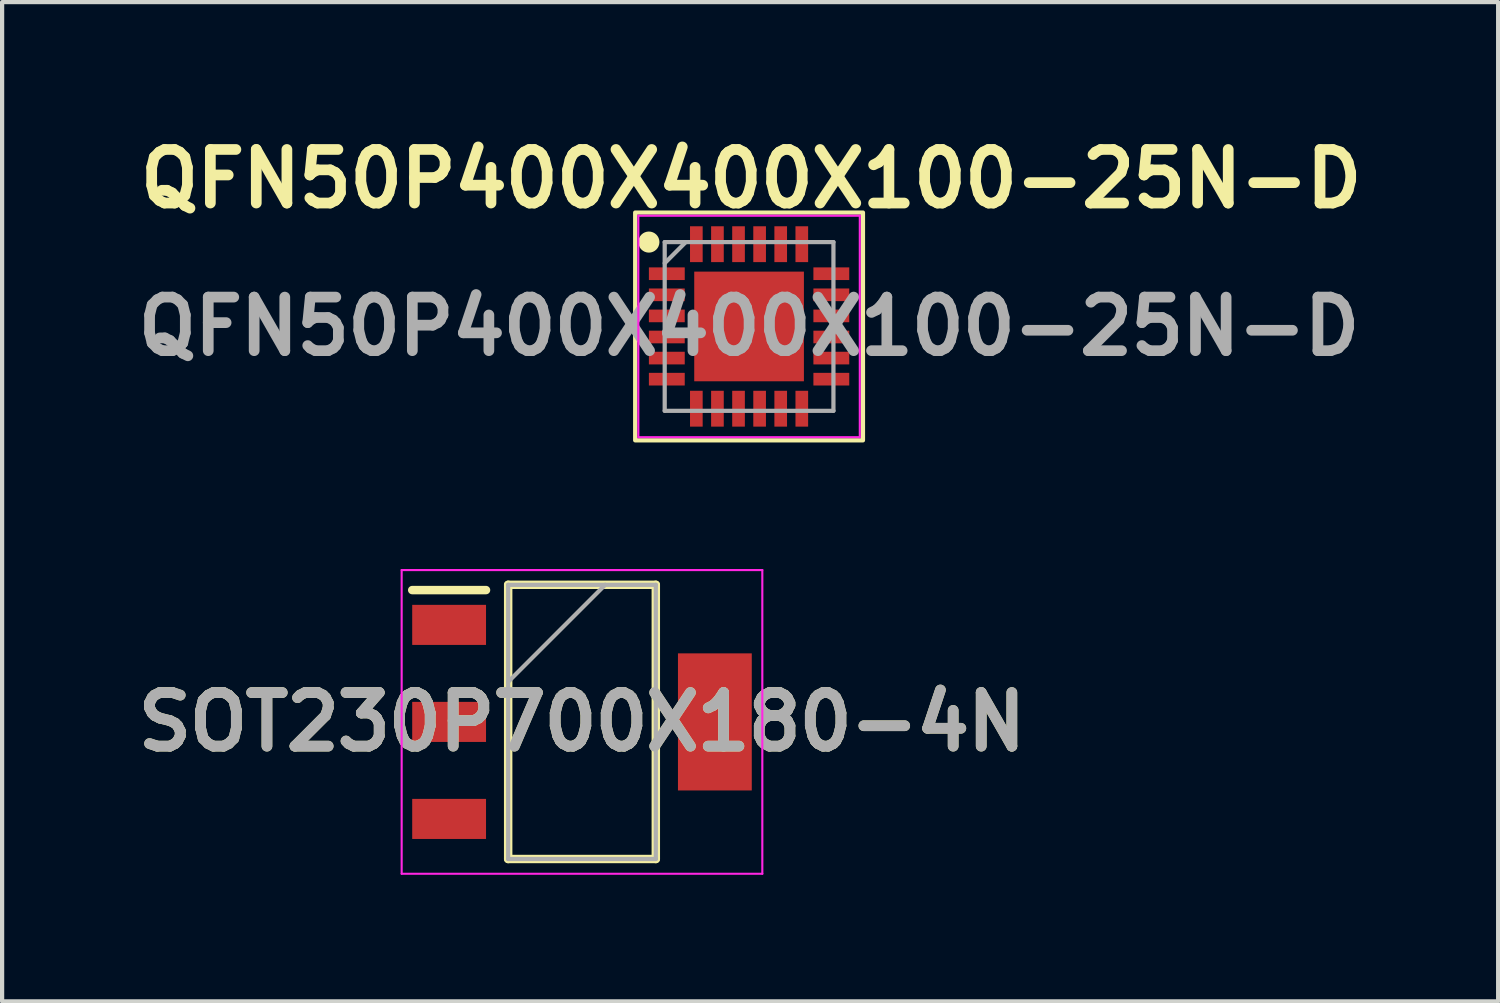
<source format=kicad_pcb>
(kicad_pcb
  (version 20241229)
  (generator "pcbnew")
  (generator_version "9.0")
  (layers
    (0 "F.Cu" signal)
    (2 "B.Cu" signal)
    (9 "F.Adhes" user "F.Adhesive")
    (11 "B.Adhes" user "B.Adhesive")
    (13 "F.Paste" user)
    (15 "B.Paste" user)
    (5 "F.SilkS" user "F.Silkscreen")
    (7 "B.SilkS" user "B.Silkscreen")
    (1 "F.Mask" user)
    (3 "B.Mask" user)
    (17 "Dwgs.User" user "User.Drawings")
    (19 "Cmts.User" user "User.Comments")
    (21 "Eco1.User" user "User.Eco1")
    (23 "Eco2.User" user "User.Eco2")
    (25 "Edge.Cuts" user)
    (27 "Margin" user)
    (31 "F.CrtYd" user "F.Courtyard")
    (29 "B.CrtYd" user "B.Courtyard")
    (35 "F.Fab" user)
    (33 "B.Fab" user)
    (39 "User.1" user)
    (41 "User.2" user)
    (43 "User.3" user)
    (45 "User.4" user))
  (footprint "QFN50P400X400X100-25N-D"
    (layer "F.Cu")
    (at 14.708 4.689)
    (property "Reference" "QFN50P400X400X100-25N-D" (at 0.05 -3.5 0) (layer "F.SilkS") (effects (font (size 1.27 1.27) (thickness 0.254))))
    (attr smd)
    (fp_rect (start -2.7 -2.7) (end 2.7 2.7) (stroke (width 0.1) (type solid)) (fill no) (layer "F.SilkS"))
    (fp_circle (center -2.375 -2) (end -2.375 -1.875) (stroke (width 0.25) (type solid)) (fill no) (layer "F.SilkS"))
    (fp_line (start -2.625 -2.625) (end 2.625 -2.625) (stroke (width 0.05) (type solid)) (layer "F.CrtYd"))
    (fp_line (start -2.625 2.625) (end -2.625 -2.625) (stroke (width 0.05) (type solid)) (layer "F.CrtYd"))
    (fp_line (start 2.625 -2.625) (end 2.625 2.625) (stroke (width 0.05) (type solid)) (layer "F.CrtYd"))
    (fp_line (start 2.625 2.625) (end -2.625 2.625) (stroke (width 0.05) (type solid)) (layer "F.CrtYd"))
    (fp_line (start -2 -2) (end 2 -2) (stroke (width 0.1) (type solid)) (layer "F.Fab"))
    (fp_line (start -2 -1.5) (end -1.5 -2) (stroke (width 0.1) (type solid)) (layer "F.Fab"))
    (fp_line (start -2 2) (end -2 -2) (stroke (width 0.1) (type solid)) (layer "F.Fab"))
    (fp_line (start 2 -2) (end 2 2) (stroke (width 0.1) (type solid)) (layer "F.Fab"))
    (fp_line (start 2 2) (end -2 2) (stroke (width 0.1) (type solid)) (layer "F.Fab"))
    (fp_text user "${REFERENCE}" (at 0 0 0) (layer "F.Fab") (effects (font (size 1.27 1.27) (thickness 0.254))))
    (pad "1" smd rect (at -1.95 -1.25 90) (size 0.3 0.85) (layers "F.Cu" "F.Mask" "F.Paste"))
    (pad "2" smd rect (at -1.95 -0.75 90) (size 0.3 0.85) (layers "F.Cu" "F.Mask" "F.Paste"))
    (pad "3" smd rect (at -1.95 -0.25 90) (size 0.3 0.85) (layers "F.Cu" "F.Mask" "F.Paste"))
    (pad "4" smd rect (at -1.95 0.25 90) (size 0.3 0.85) (layers "F.Cu" "F.Mask" "F.Paste"))
    (pad "5" smd rect (at -1.95 0.75 90) (size 0.3 0.85) (layers "F.Cu" "F.Mask" "F.Paste"))
    (pad "6" smd rect (at -1.95 1.25 90) (size 0.3 0.85) (layers "F.Cu" "F.Mask" "F.Paste"))
    (pad "7" smd rect (at -1.25 1.95) (size 0.3 0.85) (layers "F.Cu" "F.Mask" "F.Paste"))
    (pad "8" smd rect (at -0.75 1.95) (size 0.3 0.85) (layers "F.Cu" "F.Mask" "F.Paste"))
    (pad "9" smd rect (at -0.25 1.95) (size 0.3 0.85) (layers "F.Cu" "F.Mask" "F.Paste"))
    (pad "10" smd rect (at 0.25 1.95) (size 0.3 0.85) (layers "F.Cu" "F.Mask" "F.Paste"))
    (pad "11" smd rect (at 0.75 1.95) (size 0.3 0.85) (layers "F.Cu" "F.Mask" "F.Paste"))
    (pad "12" smd rect (at 1.25 1.95) (size 0.3 0.85) (layers "F.Cu" "F.Mask" "F.Paste"))
    (pad "13" smd rect (at 1.95 1.25 90) (size 0.3 0.85) (layers "F.Cu" "F.Mask" "F.Paste"))
    (pad "14" smd rect (at 1.95 0.75 90) (size 0.3 0.85) (layers "F.Cu" "F.Mask" "F.Paste"))
    (pad "15" smd rect (at 1.95 0.25 90) (size 0.3 0.85) (layers "F.Cu" "F.Mask" "F.Paste"))
    (pad "16" smd rect (at 1.95 -0.25 90) (size 0.3 0.85) (layers "F.Cu" "F.Mask" "F.Paste"))
    (pad "17" smd rect (at 1.95 -0.75 90) (size 0.3 0.85) (layers "F.Cu" "F.Mask" "F.Paste"))
    (pad "18" smd rect (at 1.95 -1.25 90) (size 0.3 0.85) (layers "F.Cu" "F.Mask" "F.Paste"))
    (pad "19" smd rect (at 1.25 -1.95) (size 0.3 0.85) (layers "F.Cu" "F.Mask" "F.Paste"))
    (pad "20" smd rect (at 0.75 -1.95) (size 0.3 0.85) (layers "F.Cu" "F.Mask" "F.Paste"))
    (pad "21" smd rect (at 0.25 -1.95) (size 0.3 0.85) (layers "F.Cu" "F.Mask" "F.Paste"))
    (pad "22" smd rect (at -0.25 -1.95) (size 0.3 0.85) (layers "F.Cu" "F.Mask" "F.Paste"))
    (pad "23" smd rect (at -0.75 -1.95) (size 0.3 0.85) (layers "F.Cu" "F.Mask" "F.Paste"))
    (pad "24" smd rect (at -1.25 -1.95) (size 0.3 0.85) (layers "F.Cu" "F.Mask" "F.Paste"))
    (pad "25" smd rect (at 0 0) (size 2.6 2.6) (layers "F.Cu" "F.Mask" "F.Paste")))
  (footprint "SOT230P700X180-4N"
    (layer "F.Cu")
    (at 10.747 14.064)
    (property "Reference" "SOT230P700X180-4N" (at 0 0 0) (layer "F.SilkS") (effects (font (size 1.27 1.27) (thickness 0.254))))
    (attr smd)
    (fp_line (start -4.025 -3.125) (end -2.275 -3.125) (stroke (width 0.2) (type solid)) (layer "F.SilkS"))
    (fp_line (start -1.75 -3.25) (end 1.75 -3.25) (stroke (width 0.2) (type solid)) (layer "F.SilkS"))
    (fp_line (start -1.75 3.25) (end -1.75 -3.25) (stroke (width 0.2) (type solid)) (layer "F.SilkS"))
    (fp_line (start 1.75 -3.25) (end 1.75 3.25) (stroke (width 0.2) (type solid)) (layer "F.SilkS"))
    (fp_line (start 1.75 3.25) (end -1.75 3.25) (stroke (width 0.2) (type solid)) (layer "F.SilkS"))
    (fp_line (start -4.275 -3.6) (end 4.275 -3.6) (stroke (width 0.05) (type solid)) (layer "F.CrtYd"))
    (fp_line (start -4.275 3.6) (end -4.275 -3.6) (stroke (width 0.05) (type solid)) (layer "F.CrtYd"))
    (fp_line (start 4.275 -3.6) (end 4.275 3.6) (stroke (width 0.05) (type solid)) (layer "F.CrtYd"))
    (fp_line (start 4.275 3.6) (end -4.275 3.6) (stroke (width 0.05) (type solid)) (layer "F.CrtYd"))
    (fp_line (start -1.75 -3.25) (end 1.75 -3.25) (stroke (width 0.1) (type solid)) (layer "F.Fab"))
    (fp_line (start -1.75 -0.95) (end 0.55 -3.25) (stroke (width 0.1) (type solid)) (layer "F.Fab"))
    (fp_line (start -1.75 3.25) (end -1.75 -3.25) (stroke (width 0.1) (type solid)) (layer "F.Fab"))
    (fp_line (start 1.75 -3.25) (end 1.75 3.25) (stroke (width 0.1) (type solid)) (layer "F.Fab"))
    (fp_line (start 1.75 3.25) (end -1.75 3.25) (stroke (width 0.1) (type solid)) (layer "F.Fab"))
    (fp_text user "${REFERENCE}" (at 0 0 0) (layer "F.Fab") (effects (font (size 1.27 1.27) (thickness 0.254))))
    (pad "1" smd rect (at -3.15 -2.3 90) (size 0.95 1.75) (layers "F.Cu" "F.Mask" "F.Paste"))
    (pad "2" smd rect (at -3.15 0 90) (size 0.95 1.75) (layers "F.Cu" "F.Mask" "F.Paste"))
    (pad "3" smd rect (at -3.15 2.3 90) (size 0.95 1.75) (layers "F.Cu" "F.Mask" "F.Paste"))
    (pad "4" smd rect (at 3.15 0) (size 1.75 3.25) (layers "F.Cu" "F.Mask" "F.Paste")))
  (gr_rect
    (start -3 -3)
    (end 32.466 20.689)
    (stroke (width 0.1) (type default))
    (fill no)
    (layer "Edge.Cuts")))
</source>
